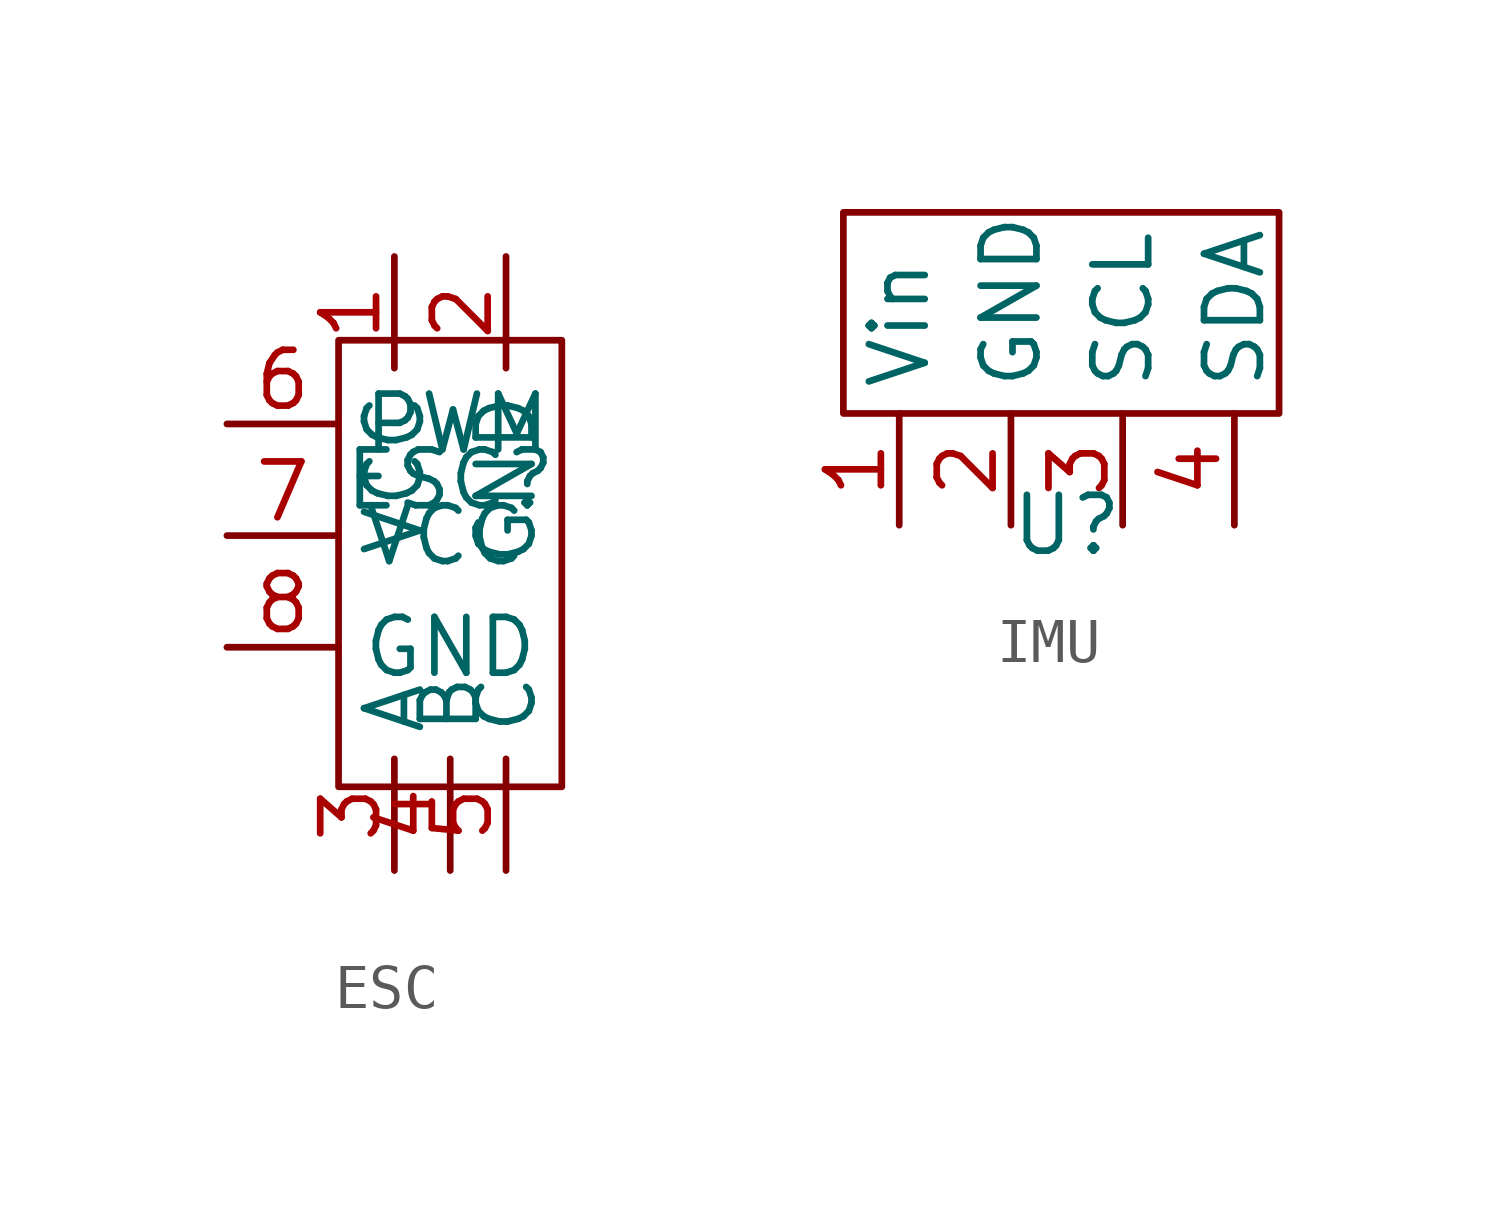
<source format=kicad_sym>
(kicad_symbol_lib
  (version 20241209)
  (generator "kicad_symbol_editor")
  (generator_version "9.0")
  (symbol "ESC"
    (property "Reference" "ESC"
      (at 0 0 0)
      (effects (font (size 1.27 1.27))))
    (property "Value" ""
      (at 0 0 0)
      (effects (font (size 1.27 1.27))))
    (symbol "ESC_0_1"
      (rectangle (start -2.54 3.175) (end 2.54 -6.985) (stroke (width 0) (type default)) (fill (type none))))
    (symbol "ESC_1_1"
      (pin input line (at -5.08 1.27 0) (length 2.54) (name "PWM" (effects (font (size 1.27 1.27)))) (number "6" (effects (font (size 1.27 1.27)))))
      (pin input line (at -5.08 -1.27 0) (length 2.54) (name "VCC" (effects (font (size 1.27 1.27)))) (number "7" (effects (font (size 1.27 1.27)))))
      (pin input line (at -5.08 -3.81 0) (length 2.54) (name "GND" (effects (font (size 1.27 1.27)))) (number "8" (effects (font (size 1.27 1.27)))))
      (pin input line (at -1.27 5.08 270) (length 2.54) (name "VCC" (effects (font (size 1.27 1.27)))) (number "1" (effects (font (size 1.27 1.27)))))
      (pin output line (at -1.27 -8.89 90) (length 2.54) (name "A" (effects (font (size 1.27 1.27)))) (number "3" (effects (font (size 1.27 1.27)))))
      (pin output line (at 0 -8.89 90) (length 2.54) (name "B" (effects (font (size 1.27 1.27)))) (number "4" (effects (font (size 1.27 1.27)))))
      (pin input line (at 1.27 5.08 270) (length 2.54) (name "GND" (effects (font (size 1.27 1.27)))) (number "2" (effects (font (size 1.27 1.27)))))
      (pin output line (at 1.27 -8.89 90) (length 2.54) (name "C" (effects (font (size 1.27 1.27)))) (number "5" (effects (font (size 1.27 1.27)))))))
  (symbol "IMU"
    (property "Reference" "U"
      (at 0 -2.54 0)
      (effects (font (size 1.27 1.27))))
    (property "Value" ""
      (at 0 0 0)
      (effects (font (size 1.27 1.27))))
    (symbol "IMU_0_1"
      (rectangle (start -5.08 4.572) (end 4.826 0) (stroke (width 0) (type default)) (fill (type none))))
    (symbol "IMU_1_1"
      (pin input line (at -3.81 -2.54 90) (length 2.54) (name "Vin" (effects (font (size 1.27 1.27)))) (number "1" (effects (font (size 1.27 1.27)))))
      (pin input line (at -1.27 -2.54 90) (length 2.54) (name "GND" (effects (font (size 1.27 1.27)))) (number "2" (effects (font (size 1.27 1.27)))))
      (pin input line (at 1.27 -2.54 90) (length 2.54) (name "SCL" (effects (font (size 1.27 1.27)))) (number "3" (effects (font (size 1.27 1.27)))))
      (pin input line (at 3.81 -2.54 90) (length 2.54) (name "SDA" (effects (font (size 1.27 1.27)))) (number "4" (effects (font (size 1.27 1.27))))))))
</source>
